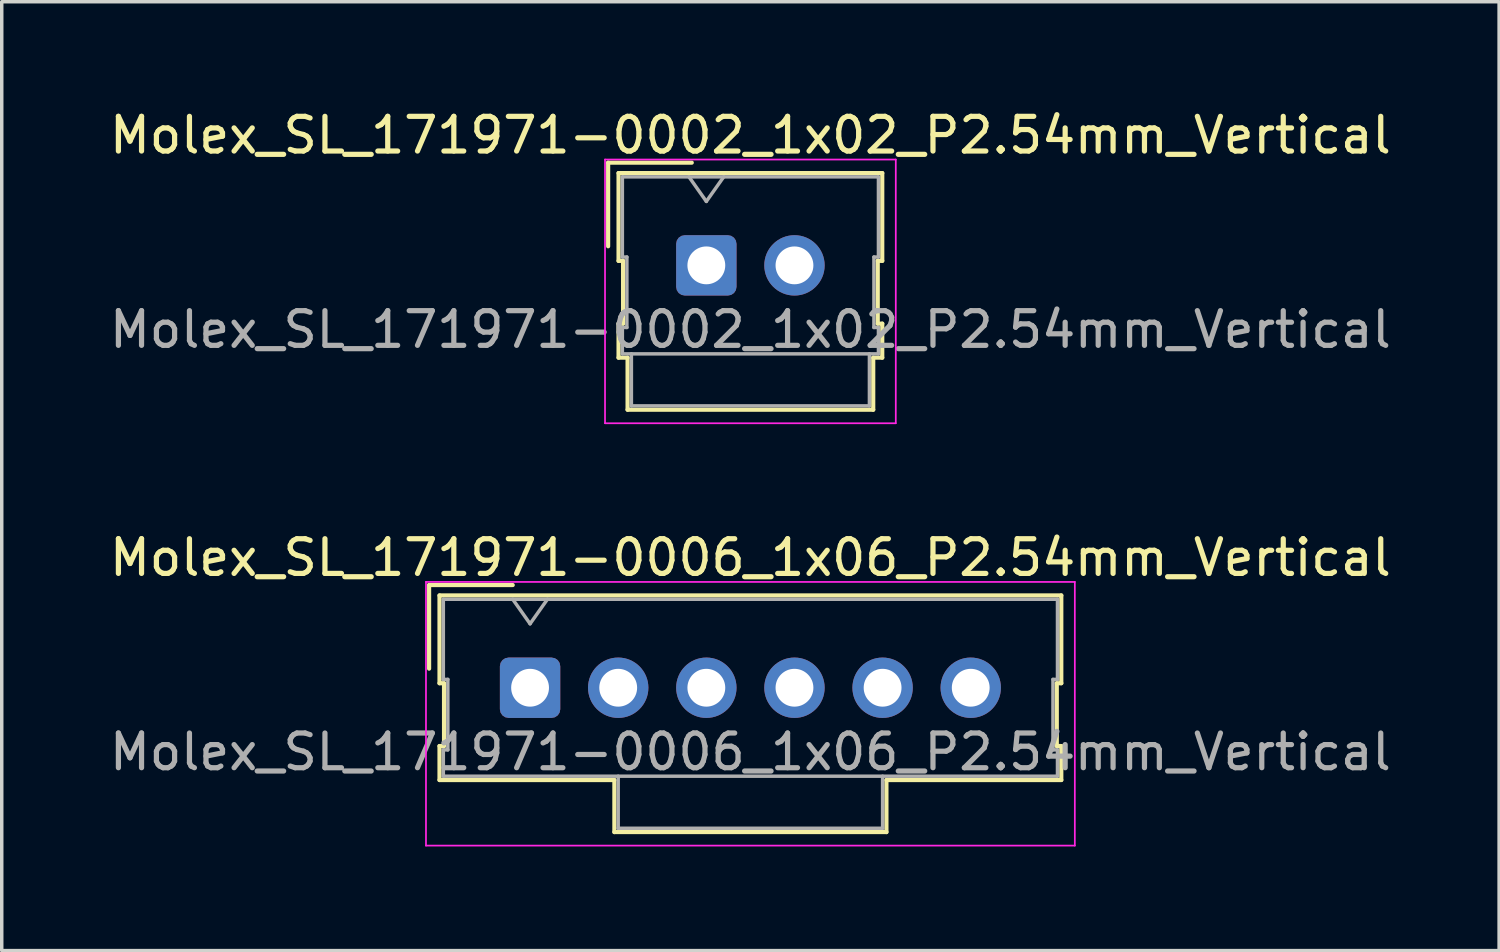
<source format=kicad_pcb>
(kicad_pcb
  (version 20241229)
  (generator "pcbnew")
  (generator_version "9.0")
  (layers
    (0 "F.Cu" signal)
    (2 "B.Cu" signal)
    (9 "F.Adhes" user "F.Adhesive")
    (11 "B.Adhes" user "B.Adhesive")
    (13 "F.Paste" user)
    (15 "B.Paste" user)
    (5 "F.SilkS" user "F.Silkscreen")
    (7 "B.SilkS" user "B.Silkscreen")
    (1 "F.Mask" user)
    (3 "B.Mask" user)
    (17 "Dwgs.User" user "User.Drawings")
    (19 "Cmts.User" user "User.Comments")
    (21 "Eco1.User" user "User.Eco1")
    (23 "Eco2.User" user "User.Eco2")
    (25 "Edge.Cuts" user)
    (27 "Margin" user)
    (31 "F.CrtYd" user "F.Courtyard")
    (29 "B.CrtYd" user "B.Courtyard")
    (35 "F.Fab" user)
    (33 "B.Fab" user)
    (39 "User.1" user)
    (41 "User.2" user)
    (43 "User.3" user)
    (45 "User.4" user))
  (footprint "Molex_SL_171971-0002_1x02_P2.54mm_Vertical"
    (layer "F.Cu")
    (at 17.307 4.598)
    (property "Reference" "Molex_SL_171971-0002_1x02_P2.54mm_Vertical" (at 1.27 -3.75 0) (layer "F.SilkS") (effects (font (size 1 1) (thickness 0.15))))
    (attr through_hole)
    (fp_line (start -2.83 -2.96) (end -0.42 -2.96) (stroke (width 0.12) (type solid)) (layer "F.SilkS"))
    (fp_line (start -2.83 -0.55) (end -2.83 -2.96) (stroke (width 0.12) (type solid)) (layer "F.SilkS"))
    (fp_line (start -2.53 -2.66) (end -2.53 -0.13) (stroke (width 0.12) (type solid)) (layer "F.SilkS"))
    (fp_line (start -2.53 -0.13) (end -2.4 -0.13) (stroke (width 0.12) (type solid)) (layer "F.SilkS"))
    (fp_line (start -2.53 1.68) (end -2.53 2.66) (stroke (width 0.12) (type solid)) (layer "F.SilkS"))
    (fp_line (start -2.53 2.66) (end -2.27 2.66) (stroke (width 0.12) (type solid)) (layer "F.SilkS"))
    (fp_line (start -2.4 -0.13) (end -2.4 1.68) (stroke (width 0.12) (type solid)) (layer "F.SilkS"))
    (fp_line (start -2.4 1.68) (end -2.53 1.68) (stroke (width 0.12) (type solid)) (layer "F.SilkS"))
    (fp_line (start -2.27 2.66) (end -2.27 4.16) (stroke (width 0.12) (type solid)) (layer "F.SilkS"))
    (fp_line (start -2.27 4.16) (end 4.81 4.16) (stroke (width 0.12) (type solid)) (layer "F.SilkS"))
    (fp_line (start 4.81 2.66) (end 5.07 2.66) (stroke (width 0.12) (type solid)) (layer "F.SilkS"))
    (fp_line (start 4.81 4.16) (end 4.81 2.66) (stroke (width 0.12) (type solid)) (layer "F.SilkS"))
    (fp_line (start 4.94 -0.13) (end 5.07 -0.13) (stroke (width 0.12) (type solid)) (layer "F.SilkS"))
    (fp_line (start 4.94 1.68) (end 4.94 -0.13) (stroke (width 0.12) (type solid)) (layer "F.SilkS"))
    (fp_line (start 5.07 -2.66) (end -2.53 -2.66) (stroke (width 0.12) (type solid)) (layer "F.SilkS"))
    (fp_line (start 5.07 -0.13) (end 5.07 -2.66) (stroke (width 0.12) (type solid)) (layer "F.SilkS"))
    (fp_line (start 5.07 1.68) (end 4.94 1.68) (stroke (width 0.12) (type solid)) (layer "F.SilkS"))
    (fp_line (start 5.07 2.66) (end 5.07 1.68) (stroke (width 0.12) (type solid)) (layer "F.SilkS"))
    (fp_line (start -2.92 -3.05) (end -2.92 4.55) (stroke (width 0.05) (type solid)) (layer "F.CrtYd"))
    (fp_line (start -2.92 4.55) (end 5.46 4.55) (stroke (width 0.05) (type solid)) (layer "F.CrtYd"))
    (fp_line (start 5.46 -3.05) (end -2.92 -3.05) (stroke (width 0.05) (type solid)) (layer "F.CrtYd"))
    (fp_line (start 5.46 4.55) (end 5.46 -3.05) (stroke (width 0.05) (type solid)) (layer "F.CrtYd"))
    (fp_line (start -2.42 -2.55) (end -2.42 -0.24) (stroke (width 0.1) (type solid)) (layer "F.Fab"))
    (fp_line (start -2.42 -0.24) (end -2.29 -0.24) (stroke (width 0.1) (type solid)) (layer "F.Fab"))
    (fp_line (start -2.42 1.79) (end -2.42 2.55) (stroke (width 0.1) (type solid)) (layer "F.Fab"))
    (fp_line (start -2.42 2.55) (end 4.96 2.55) (stroke (width 0.1) (type solid)) (layer "F.Fab"))
    (fp_line (start -2.29 -0.24) (end -2.29 1.79) (stroke (width 0.1) (type solid)) (layer "F.Fab"))
    (fp_line (start -2.29 1.79) (end -2.42 1.79) (stroke (width 0.1) (type solid)) (layer "F.Fab"))
    (fp_line (start -2.16 2.55) (end -2.16 4.05) (stroke (width 0.1) (type solid)) (layer "F.Fab"))
    (fp_line (start -2.16 4.05) (end 4.7 4.05) (stroke (width 0.1) (type solid)) (layer "F.Fab"))
    (fp_line (start 0 -1.843) (end -0.5 -2.55) (stroke (width 0.1) (type solid)) (layer "F.Fab"))
    (fp_line (start 0.5 -2.55) (end 0 -1.843) (stroke (width 0.1) (type solid)) (layer "F.Fab"))
    (fp_line (start 4.7 4.05) (end 4.7 2.55) (stroke (width 0.1) (type solid)) (layer "F.Fab"))
    (fp_line (start 4.83 -0.24) (end 4.96 -0.24) (stroke (width 0.1) (type solid)) (layer "F.Fab"))
    (fp_line (start 4.83 1.79) (end 4.83 -0.24) (stroke (width 0.1) (type solid)) (layer "F.Fab"))
    (fp_line (start 4.96 -2.55) (end -2.42 -2.55) (stroke (width 0.1) (type solid)) (layer "F.Fab"))
    (fp_line (start 4.96 -0.24) (end 4.96 -2.55) (stroke (width 0.1) (type solid)) (layer "F.Fab"))
    (fp_line (start 4.96 1.79) (end 4.83 1.79) (stroke (width 0.1) (type solid)) (layer "F.Fab"))
    (fp_line (start 4.96 2.55) (end 4.96 1.79) (stroke (width 0.1) (type solid)) (layer "F.Fab"))
    (fp_text user "${REFERENCE}" (at 1.27 1.85 0) (layer "F.Fab") (effects (font (size 1 1) (thickness 0.15))))
    (pad "1" thru_hole roundrect (at 0 0) (size 1.74 1.74) (drill 1.09) (layers "*.Cu" "*.Mask") (roundrect_rratio 0.144))
    (pad "2" thru_hole circle (at 2.54 0) (size 1.74 1.74) (drill 1.09) (layers "*.Cu" "*.Mask")))
  (footprint "Molex_SL_171971-0006_1x06_P2.54mm_Vertical"
    (layer "F.Cu")
    (at 12.227 16.771)
    (property "Reference" "Molex_SL_171971-0006_1x06_P2.54mm_Vertical" (at 6.35 -3.75 0) (layer "F.SilkS") (effects (font (size 1 1) (thickness 0.15))))
    (attr through_hole)
    (fp_line (start -2.91 -2.96) (end -0.5 -2.96) (stroke (width 0.12) (type solid)) (layer "F.SilkS"))
    (fp_line (start -2.91 -0.55) (end -2.91 -2.96) (stroke (width 0.12) (type solid)) (layer "F.SilkS"))
    (fp_line (start -2.61 -2.66) (end -2.61 -0.13) (stroke (width 0.12) (type solid)) (layer "F.SilkS"))
    (fp_line (start -2.61 -0.13) (end -2.48 -0.13) (stroke (width 0.12) (type solid)) (layer "F.SilkS"))
    (fp_line (start -2.61 1.68) (end -2.61 2.66) (stroke (width 0.12) (type solid)) (layer "F.SilkS"))
    (fp_line (start -2.61 2.66) (end 2.43 2.66) (stroke (width 0.12) (type solid)) (layer "F.SilkS"))
    (fp_line (start -2.48 -0.13) (end -2.48 1.68) (stroke (width 0.12) (type solid)) (layer "F.SilkS"))
    (fp_line (start -2.48 1.68) (end -2.61 1.68) (stroke (width 0.12) (type solid)) (layer "F.SilkS"))
    (fp_line (start 2.43 2.66) (end 2.43 4.16) (stroke (width 0.12) (type solid)) (layer "F.SilkS"))
    (fp_line (start 2.43 4.16) (end 10.27 4.16) (stroke (width 0.12) (type solid)) (layer "F.SilkS"))
    (fp_line (start 10.27 2.66) (end 15.31 2.66) (stroke (width 0.12) (type solid)) (layer "F.SilkS"))
    (fp_line (start 10.27 4.16) (end 10.27 2.66) (stroke (width 0.12) (type solid)) (layer "F.SilkS"))
    (fp_line (start 15.18 -0.13) (end 15.31 -0.13) (stroke (width 0.12) (type solid)) (layer "F.SilkS"))
    (fp_line (start 15.18 1.68) (end 15.18 -0.13) (stroke (width 0.12) (type solid)) (layer "F.SilkS"))
    (fp_line (start 15.31 -2.66) (end -2.61 -2.66) (stroke (width 0.12) (type solid)) (layer "F.SilkS"))
    (fp_line (start 15.31 -0.13) (end 15.31 -2.66) (stroke (width 0.12) (type solid)) (layer "F.SilkS"))
    (fp_line (start 15.31 1.68) (end 15.18 1.68) (stroke (width 0.12) (type solid)) (layer "F.SilkS"))
    (fp_line (start 15.31 2.66) (end 15.31 1.68) (stroke (width 0.12) (type solid)) (layer "F.SilkS"))
    (fp_line (start -3 -3.05) (end -3 4.55) (stroke (width 0.05) (type solid)) (layer "F.CrtYd"))
    (fp_line (start -3 4.55) (end 15.7 4.55) (stroke (width 0.05) (type solid)) (layer "F.CrtYd"))
    (fp_line (start 15.7 -3.05) (end -3 -3.05) (stroke (width 0.05) (type solid)) (layer "F.CrtYd"))
    (fp_line (start 15.7 4.55) (end 15.7 -3.05) (stroke (width 0.05) (type solid)) (layer "F.CrtYd"))
    (fp_line (start -2.5 -2.55) (end -2.5 -0.24) (stroke (width 0.1) (type solid)) (layer "F.Fab"))
    (fp_line (start -2.5 -0.24) (end -2.37 -0.24) (stroke (width 0.1) (type solid)) (layer "F.Fab"))
    (fp_line (start -2.5 1.79) (end -2.5 2.55) (stroke (width 0.1) (type solid)) (layer "F.Fab"))
    (fp_line (start -2.5 2.55) (end 15.2 2.55) (stroke (width 0.1) (type solid)) (layer "F.Fab"))
    (fp_line (start -2.37 -0.24) (end -2.37 1.79) (stroke (width 0.1) (type solid)) (layer "F.Fab"))
    (fp_line (start -2.37 1.79) (end -2.5 1.79) (stroke (width 0.1) (type solid)) (layer "F.Fab"))
    (fp_line (start 0 -1.843) (end -0.5 -2.55) (stroke (width 0.1) (type solid)) (layer "F.Fab"))
    (fp_line (start 0.5 -2.55) (end 0 -1.843) (stroke (width 0.1) (type solid)) (layer "F.Fab"))
    (fp_line (start 2.54 2.55) (end 2.54 4.05) (stroke (width 0.1) (type solid)) (layer "F.Fab"))
    (fp_line (start 2.54 4.05) (end 10.16 4.05) (stroke (width 0.1) (type solid)) (layer "F.Fab"))
    (fp_line (start 10.16 4.05) (end 10.16 2.55) (stroke (width 0.1) (type solid)) (layer "F.Fab"))
    (fp_line (start 15.07 -0.24) (end 15.2 -0.24) (stroke (width 0.1) (type solid)) (layer "F.Fab"))
    (fp_line (start 15.07 1.79) (end 15.07 -0.24) (stroke (width 0.1) (type solid)) (layer "F.Fab"))
    (fp_line (start 15.2 -2.55) (end -2.5 -2.55) (stroke (width 0.1) (type solid)) (layer "F.Fab"))
    (fp_line (start 15.2 -0.24) (end 15.2 -2.55) (stroke (width 0.1) (type solid)) (layer "F.Fab"))
    (fp_line (start 15.2 1.79) (end 15.07 1.79) (stroke (width 0.1) (type solid)) (layer "F.Fab"))
    (fp_line (start 15.2 2.55) (end 15.2 1.79) (stroke (width 0.1) (type solid)) (layer "F.Fab"))
    (fp_text user "${REFERENCE}" (at 6.35 1.85 0) (layer "F.Fab") (effects (font (size 1 1) (thickness 0.15))))
    (pad "1" thru_hole roundrect (at 0 0) (size 1.74 1.74) (drill 1.09) (layers "*.Cu" "*.Mask") (roundrect_rratio 0.144))
    (pad "2" thru_hole circle (at 2.54 0) (size 1.74 1.74) (drill 1.09) (layers "*.Cu" "*.Mask"))
    (pad "3" thru_hole circle (at 5.08 0) (size 1.74 1.74) (drill 1.09) (layers "*.Cu" "*.Mask"))
    (pad "4" thru_hole circle (at 7.62 0) (size 1.74 1.74) (drill 1.09) (layers "*.Cu" "*.Mask"))
    (pad "5" thru_hole circle (at 10.16 0) (size 1.74 1.74) (drill 1.09) (layers "*.Cu" "*.Mask"))
    (pad "6" thru_hole circle (at 12.7 0) (size 1.74 1.74) (drill 1.09) (layers "*.Cu" "*.Mask")))
  (gr_rect
    (start -3 -3)
    (end 40.155 24.346)
    (stroke (width 0.1) (type default))
    (fill no)
    (layer "Edge.Cuts")))
</source>
